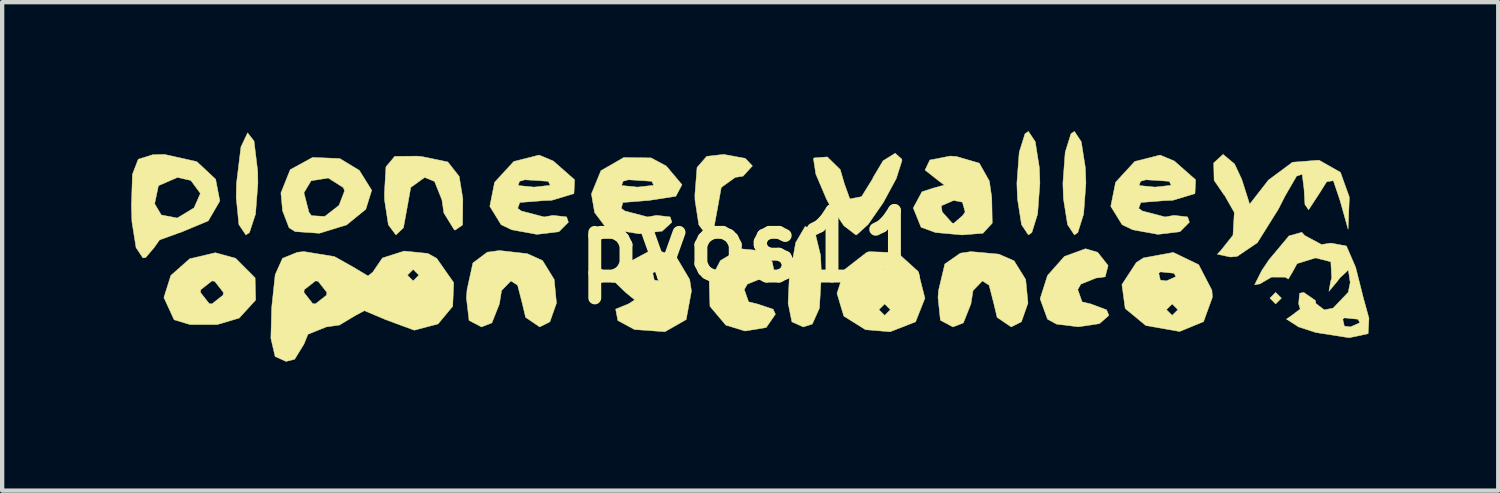
<source format=kicad_pcb>
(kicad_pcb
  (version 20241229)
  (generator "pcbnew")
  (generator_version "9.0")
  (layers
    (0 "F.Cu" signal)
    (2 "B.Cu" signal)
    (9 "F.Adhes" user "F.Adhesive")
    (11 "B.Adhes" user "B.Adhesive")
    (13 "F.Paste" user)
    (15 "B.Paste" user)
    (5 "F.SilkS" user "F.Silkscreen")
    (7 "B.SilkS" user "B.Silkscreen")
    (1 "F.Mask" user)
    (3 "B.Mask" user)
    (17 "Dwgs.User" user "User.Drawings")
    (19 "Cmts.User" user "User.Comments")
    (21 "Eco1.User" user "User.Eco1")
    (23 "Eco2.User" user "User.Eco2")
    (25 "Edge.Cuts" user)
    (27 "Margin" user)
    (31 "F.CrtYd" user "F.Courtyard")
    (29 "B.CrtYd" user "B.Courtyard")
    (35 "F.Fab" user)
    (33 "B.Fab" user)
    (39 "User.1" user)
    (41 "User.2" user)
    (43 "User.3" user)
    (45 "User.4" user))
  (footprint "pvos11"
    (layer "F.Cu")
    (at 14.443 2.679)
    (property "Reference" "pvos11" (at 0 0 0) (layer "F.SilkS") (effects (font (size 1.524 1.524) (thickness 0.3))))
    (attr through_hole)
    (fp_poly (pts (xy 12.299 1.203) (xy 12.165 1.337) (xy 12.032 1.203) (xy 12.165 1.069) (xy 12.299 1.203)) (stroke (width 0.01) (type solid)) (fill yes) (layer "F.SilkS"))
    (fp_poly (pts (xy -11.587 -2.45) (xy -11.501 -1.743) (xy -11.497 -1.471) (xy -11.552 -0.753) (xy -11.693 -0.323) (xy -11.777 -0.267) (xy -11.939 -0.509) (xy -12.002 -1.145) (xy -11.994 -1.471) (xy -11.891 -2.314) (xy -11.736 -2.64) (xy -11.587 -2.45)) (stroke (width 0.01) (type solid)) (fill yes) (layer "F.SilkS"))
    (fp_poly (pts (xy 1.445 -0.369) (xy 1.586 0.214) (xy 1.604 0.646) (xy 1.558 1.436) (xy 1.393 1.805) (xy 1.183 1.872) (xy 0.918 1.754) (xy 0.83 1.32) (xy 0.856 0.755) (xy 1.006 -0.087) (xy 1.227 -0.465) (xy 1.445 -0.369)) (stroke (width 0.01) (type solid)) (fill yes) (layer "F.SilkS"))
    (fp_poly (pts (xy 6.576 -2.435) (xy 6.672 -1.83) (xy 6.684 -1.471) (xy 6.631 -0.753) (xy 6.497 -0.323) (xy 6.417 -0.267) (xy 6.257 -0.506) (xy 6.162 -1.111) (xy 6.149 -1.471) (xy 6.203 -2.188) (xy 6.337 -2.618) (xy 6.417 -2.674) (xy 6.576 -2.435)) (stroke (width 0.01) (type solid)) (fill yes) (layer "F.SilkS"))
    (fp_poly (pts (xy 7.646 -2.435) (xy 7.741 -1.83) (xy 7.754 -1.471) (xy 7.701 -0.753) (xy 7.566 -0.323) (xy 7.486 -0.267) (xy 7.327 -0.506) (xy 7.231 -1.111) (xy 7.219 -1.471) (xy 7.272 -2.188) (xy 7.406 -2.618) (xy 7.486 -2.674) (xy 7.646 -2.435)) (stroke (width 0.01) (type solid)) (fill yes) (layer "F.SilkS"))
    (fp_poly (pts (xy -0.166 -2.047) (xy 0 -1.872) (xy -0.217 -1.634) (xy -0.401 -1.604) (xy -0.724 -1.372) (xy -0.802 -0.936) (xy -0.894 -0.433) (xy -1.069 -0.267) (xy -1.246 -0.502) (xy -1.335 -1.08) (xy -1.337 -1.203) (xy -1.287 -1.836) (xy -1.062 -2.095) (xy -0.668 -2.139) (xy -0.166 -2.047)) (stroke (width 0.01) (type solid)) (fill yes) (layer "F.SilkS"))
    (fp_poly (pts (xy 0.13 0.095) (xy 0.458 0.353) (xy 0.518 0.639) (xy 0.276 0.743) (xy 0.234 0.735) (xy -0.118 0.877) (xy -0.189 1.003) (xy -0.089 1.289) (xy 0.111 1.337) (xy 0.481 1.46) (xy 0.535 1.576) (xy 0.321 1.886) (xy -0.171 1.967) (xy -0.618 1.83) (xy -0.987 1.393) (xy -1.004 0.834) (xy -0.744 0.329) (xy -0.283 0.054) (xy 0.13 0.095)) (stroke (width 0.01) (type solid)) (fill yes) (layer "F.SilkS"))
    (fp_poly (pts (xy 8.027 0.137) (xy 8.27 0.445) (xy 8.202 0.707) (xy 7.988 0.735) (xy 7.636 0.877) (xy 7.564 1.003) (xy 7.665 1.289) (xy 7.865 1.337) (xy 8.235 1.475) (xy 8.288 1.604) (xy 8.069 1.796) (xy 7.578 1.869) (xy 7.072 1.807) (xy 6.862 1.693) (xy 6.689 1.218) (xy 6.861 0.676) (xy 7.254 0.233) (xy 7.745 0.054) (xy 8.027 0.137)) (stroke (width 0.01) (type solid)) (fill yes) (layer "F.SilkS"))
    (fp_poly (pts (xy -5.233 0.169) (xy -4.879 0.329) (xy -4.608 0.769) (xy -4.555 1.318) (xy -4.709 1.754) (xy -4.946 1.872) (xy -5.273 1.649) (xy -5.347 1.337) (xy -5.459 0.902) (xy -5.615 0.802) (xy -5.832 1.026) (xy -5.882 1.337) (xy -6.057 1.778) (xy -6.3 1.872) (xy -6.588 1.72) (xy -6.649 1.196) (xy -6.634 1.003) (xy -6.498 0.384) (xy -6.164 0.134) (xy -5.882 0.096) (xy -5.233 0.169)) (stroke (width 0.01) (type solid)) (fill yes) (layer "F.SilkS"))
    (fp_poly (pts (xy 5.727 0.179) (xy 6.083 0.334) (xy 6.354 0.77) (xy 6.407 1.317) (xy 6.254 1.753) (xy 6.016 1.872) (xy 5.689 1.649) (xy 5.615 1.337) (xy 5.503 0.902) (xy 5.347 0.802) (xy 5.13 1.026) (xy 5.08 1.337) (xy 4.905 1.778) (xy 4.662 1.872) (xy 4.371 1.717) (xy 4.315 1.185) (xy 4.328 1.023) (xy 4.474 0.408) (xy 4.835 0.157) (xy 5.08 0.121) (xy 5.727 0.179)) (stroke (width 0.01) (type solid)) (fill yes) (layer "F.SilkS"))
    (fp_poly (pts (xy -7.687 -2.089) (xy -7.082 -1.964) (xy -6.817 -1.627) (xy -6.732 -1.109) (xy -6.738 -0.499) (xy -6.913 -0.378) (xy -6.933 -0.389) (xy -7.173 -0.777) (xy -7.219 -1.085) (xy -7.39 -1.51) (xy -7.62 -1.604) (xy -7.943 -1.372) (xy -8.021 -0.936) (xy -8.113 -0.433) (xy -8.288 -0.267) (xy -8.464 -0.503) (xy -8.553 -1.083) (xy -8.556 -1.22) (xy -8.52 -1.85) (xy -8.316 -2.094) (xy -7.794 -2.099) (xy -7.687 -2.089)) (stroke (width 0.01) (type solid)) (fill yes) (layer "F.SilkS"))
    (fp_poly (pts (xy -12.015 0.276) (xy -11.562 0.73) (xy -11.549 1.247) (xy -11.932 1.666) (xy -12.442 1.817) (xy -13.076 1.817) (xy -13.445 1.706) (xy -13.683 1.189) (xy -13.645 1.069) (xy -12.834 1.069) (xy -12.63 1.329) (xy -12.566 1.337) (xy -12.307 1.133) (xy -12.299 1.069) (xy -12.502 0.81) (xy -12.566 0.802) (xy -12.826 1.006) (xy -12.834 1.069) (xy -13.645 1.069) (xy -13.521 0.675) (xy -13.082 0.287) (xy -12.487 0.147) (xy -12.015 0.276)) (stroke (width 0.01) (type solid)) (fill yes) (layer "F.SilkS"))
    (fp_poly (pts (xy 3.474 -2.029) (xy 3.476 -1.992) (xy 3.346 -1.58) (xy 3.042 -1.018) (xy 2.691 -0.512) (xy 2.422 -0.269) (xy 2.406 -0.267) (xy 2.126 -0.482) (xy 1.772 -1.007) (xy 1.725 -1.094) (xy 1.475 -1.68) (xy 1.42 -2.036) (xy 1.433 -2.057) (xy 1.741 -2.081) (xy 2.042 -1.787) (xy 2.139 -1.455) (xy 2.265 -1.104) (xy 2.538 -1.157) (xy 2.798 -1.577) (xy 2.807 -1.604) (xy 3.037 -1.99) (xy 3.319 -2.166) (xy 3.474 -2.029)) (stroke (width 0.01) (type solid)) (fill yes) (layer "F.SilkS"))
    (fp_poly (pts (xy -9.593 -2.043) (xy -9.139 -1.768) (xy -8.851 -1.305) (xy -8.988 -0.864) (xy -9.435 -0.5) (xy -10.068 -0.306) (xy -10.629 -0.344) (xy -10.772 -0.433) (xy -10.923 -0.827) (xy -10.962 -1.243) (xy -10.96 -1.248) (xy -10.427 -1.248) (xy -10.31 -0.795) (xy -10.251 -0.715) (xy -9.943 -0.697) (xy -9.611 -0.955) (xy -9.482 -1.291) (xy -9.51 -1.367) (xy -9.862 -1.591) (xy -10.26 -1.526) (xy -10.427 -1.248) (xy -10.96 -1.248) (xy -10.746 -1.784) (xy -10.226 -2.069) (xy -9.593 -2.043)) (stroke (width 0.01) (type solid)) (fill yes) (layer "F.SilkS"))
    (fp_poly (pts (xy -1.787 0.216) (xy -1.458 0.77) (xy -1.417 1.039) (xy -1.54 1.701) (xy -2.034 1.983) (xy -2.741 1.933) (xy -3.129 1.723) (xy -3.179 1.458) (xy -2.874 1.333) (xy -2.736 1.242) (xy -2.941 1.075) (xy -3.196 0.831) (xy -3.093 0.624) (xy -2.317 0.624) (xy -2.28 0.783) (xy -2.139 0.802) (xy -1.919 0.704) (xy -1.961 0.624) (xy -2.278 0.592) (xy -2.317 0.624) (xy -3.093 0.624) (xy -3.047 0.533) (xy -2.904 0.383) (xy -2.316 0.066) (xy -1.787 0.216)) (stroke (width 0.01) (type solid)) (fill yes) (layer "F.SilkS"))
    (fp_poly (pts (xy 3.371 0.146) (xy 3.852 0.581) (xy 4.011 1.205) (xy 3.794 1.753) (xy 3.203 1.984) (xy 2.63 1.937) (xy 2.126 1.621) (xy 2.08 1.471) (xy 2.941 1.471) (xy 3.075 1.604) (xy 3.208 1.471) (xy 3.075 1.337) (xy 2.941 1.471) (xy 2.08 1.471) (xy 1.967 1.092) (xy 2.103 0.668) (xy 2.941 0.668) (xy 3.075 0.802) (xy 3.208 0.668) (xy 3.075 0.535) (xy 2.941 0.668) (xy 2.103 0.668) (xy 2.145 0.537) (xy 2.653 0.142) (xy 2.711 0.122) (xy 3.371 0.146)) (stroke (width 0.01) (type solid)) (fill yes) (layer "F.SilkS"))
    (fp_poly (pts (xy 10.375 0.424) (xy 10.683 1.019) (xy 10.695 1.181) (xy 10.489 1.749) (xy 9.932 1.978) (xy 9.147 1.84) (xy 8.7 1.471) (xy 9.625 1.471) (xy 9.759 1.604) (xy 9.893 1.471) (xy 9.759 1.337) (xy 9.625 1.471) (xy 8.7 1.471) (xy 8.667 1.443) (xy 8.591 0.887) (xy 8.763 0.624) (xy 9.447 0.624) (xy 9.484 0.783) (xy 9.625 0.802) (xy 9.845 0.704) (xy 9.804 0.624) (xy 9.486 0.592) (xy 9.447 0.624) (xy 8.763 0.624) (xy 8.926 0.374) (xy 9.091 0.267) (xy 9.785 0.14) (xy 10.375 0.424)) (stroke (width 0.01) (type solid)) (fill yes) (layer "F.SilkS"))
    (fp_poly (pts (xy -12.917 -1.971) (xy -12.48 -1.563) (xy -12.382 -1.057) (xy -12.651 -0.594) (xy -13.314 -0.318) (xy -13.329 -0.316) (xy -13.785 -0.15) (xy -13.903 0.019) (xy -14.107 0.26) (xy -14.171 0.267) (xy -14.33 0.028) (xy -14.426 -0.576) (xy -14.438 -0.936) (xy -14.436 -0.992) (xy -13.898 -0.992) (xy -13.743 -0.731) (xy -13.372 -0.66) (xy -12.982 -0.896) (xy -12.834 -1.232) (xy -13.056 -1.534) (xy -13.368 -1.604) (xy -13.809 -1.412) (xy -13.898 -0.992) (xy -14.436 -0.992) (xy -14.414 -1.676) (xy -14.279 -2.027) (xy -13.942 -2.132) (xy -13.669 -2.139) (xy -12.917 -1.971)) (stroke (width 0.01) (type solid)) (fill yes) (layer "F.SilkS"))
    (fp_poly (pts (xy 4.746 -2.09) (xy 5.275 -1.935) (xy 5.509 -1.52) (xy 5.565 -1.136) (xy 5.576 -0.541) (xy 5.36 -0.306) (xy 4.874 -0.267) (xy 4.256 -0.323) (xy 3.921 -0.446) (xy 3.74 -0.893) (xy 3.767 -0.944) (xy 4.39 -0.944) (xy 4.412 -0.802) (xy 4.64 -0.547) (xy 4.679 -0.535) (xy 4.892 -0.721) (xy 4.946 -0.802) (xy 4.883 -1.029) (xy 4.679 -1.069) (xy 4.39 -0.944) (xy 3.767 -0.944) (xy 3.942 -1.27) (xy 4.211 -1.358) (xy 4.464 -1.426) (xy 4.345 -1.514) (xy 4.013 -1.775) (xy 4.126 -2.009) (xy 4.603 -2.101) (xy 4.746 -2.09)) (stroke (width 0.01) (type solid)) (fill yes) (layer "F.SilkS"))
    (fp_poly (pts (xy -4.628 -1.985) (xy -4.133 -1.549) (xy -4.149 -1.228) (xy -4.665 -1.072) (xy -4.857 -1.065) (xy -5.408 -1.021) (xy -5.457 -0.886) (xy -5.372 -0.823) (xy -4.841 -0.685) (xy -4.636 -0.722) (xy -4.32 -0.686) (xy -4.278 -0.563) (xy -4.498 -0.342) (xy -5.01 -0.28) (xy -5.593 -0.386) (xy -5.842 -0.504) (xy -6.105 -0.932) (xy -6.009 -1.416) (xy -5.448 -1.416) (xy -5.08 -1.379) (xy -4.7 -1.421) (xy -4.746 -1.514) (xy -5.293 -1.549) (xy -5.414 -1.514) (xy -5.448 -1.416) (xy -6.009 -1.416) (xy -5.994 -1.491) (xy -5.548 -1.975) (xy -5.548 -1.975) (xy -4.96 -2.124) (xy -4.628 -1.985)) (stroke (width 0.01) (type solid)) (fill yes) (layer "F.SilkS"))
    (fp_poly (pts (xy -2.356 -2.058) (xy -2.002 -1.869) (xy -1.637 -1.435) (xy -1.78 -1.166) (xy -2.427 -1.066) (xy -2.473 -1.065) (xy -3.012 -1.021) (xy -3.049 -0.885) (xy -2.965 -0.823) (xy -2.434 -0.685) (xy -2.23 -0.722) (xy -1.913 -0.686) (xy -1.872 -0.563) (xy -2.096 -0.356) (xy -2.628 -0.293) (xy -3.258 -0.391) (xy -3.409 -0.444) (xy -3.668 -0.787) (xy -3.743 -1.22) (xy -3.663 -1.416) (xy -3.041 -1.416) (xy -2.674 -1.379) (xy -2.294 -1.421) (xy -2.339 -1.514) (xy -2.887 -1.549) (xy -3.008 -1.514) (xy -3.041 -1.416) (xy -3.663 -1.416) (xy -3.522 -1.761) (xy -2.992 -2.066) (xy -2.356 -2.058)) (stroke (width 0.01) (type solid)) (fill yes) (layer "F.SilkS"))
    (fp_poly (pts (xy 9.81 -1.985) (xy 10.305 -1.549) (xy 10.289 -1.228) (xy 9.773 -1.072) (xy 9.581 -1.065) (xy 9.03 -1.021) (xy 8.981 -0.886) (xy 9.066 -0.823) (xy 9.597 -0.685) (xy 9.802 -0.722) (xy 10.118 -0.686) (xy 10.16 -0.563) (xy 9.94 -0.342) (xy 9.428 -0.28) (xy 8.845 -0.386) (xy 8.596 -0.504) (xy 8.332 -0.932) (xy 8.429 -1.416) (xy 8.99 -1.416) (xy 9.358 -1.379) (xy 9.737 -1.421) (xy 9.692 -1.514) (xy 9.145 -1.549) (xy 9.024 -1.514) (xy 8.99 -1.416) (xy 8.429 -1.416) (xy 8.444 -1.491) (xy 8.889 -1.975) (xy 8.89 -1.975) (xy 9.478 -2.124) (xy 9.81 -1.985)) (stroke (width 0.01) (type solid)) (fill yes) (layer "F.SilkS"))
    (fp_poly (pts (xy 11.21 -1.917) (xy 11.377 -1.56) (xy 11.561 -0.981) (xy 11.997 -1.542) (xy 12.558 -1.958) (xy 13.174 -2.005) (xy 13.671 -1.723) (xy 13.877 -1.151) (xy 13.877 -1.105) (xy 13.85 -0.401) (xy 13.662 -1.069) (xy 13.507 -1.528) (xy 13.352 -1.504) (xy 13.162 -1.203) (xy 12.931 -0.852) (xy 12.846 -0.975) (xy 12.825 -1.337) (xy 12.782 -1.677) (xy 12.653 -1.636) (xy 12.382 -1.169) (xy 12.23 -0.869) (xy 11.74 -0.086) (xy 11.27 0.232) (xy 11.11 0.246) (xy 10.809 0.181) (xy 10.895 0.09) (xy 11.173 -0.26) (xy 11.204 -0.79) (xy 10.973 -1.196) (xy 10.962 -1.203) (xy 10.734 -1.537) (xy 10.725 -1.941) (xy 10.942 -2.139) (xy 10.944 -2.139) (xy 11.21 -1.917)) (stroke (width 0.01) (type solid)) (fill yes) (layer "F.SilkS"))
    (fp_poly (pts (xy -7.547 0.163) (xy -7.34 0.278) (xy -6.944 0.843) (xy -6.968 1.393) (xy -7.309 1.803) (xy -7.862 1.948) (xy -8.521 1.705) (xy -9.021 1.494) (xy -9.222 1.601) (xy -9.601 1.828) (xy -9.908 1.872) (xy -10.333 2.043) (xy -10.427 2.273) (xy -10.643 2.624) (xy -10.843 2.674) (xy -11.097 2.559) (xy -11.195 2.137) (xy -11.177 1.425) (xy -11.139 1.069) (xy -10.427 1.069) (xy -10.224 1.329) (xy -10.16 1.337) (xy -9.9 1.133) (xy -9.893 1.069) (xy -10.096 0.81) (xy -10.16 0.802) (xy -10.42 1.006) (xy -10.427 1.069) (xy -11.139 1.069) (xy -11.095 0.656) (xy -10.924 0.276) (xy -10.58 0.137) (xy -10.427 0.12) (xy -9.717 0.236) (xy -9.291 0.475) (xy -8.935 0.688) (xy -8.912 0.668) (xy -8.021 0.668) (xy -7.887 0.802) (xy -7.754 0.668) (xy -7.887 0.535) (xy -8.021 0.668) (xy -8.912 0.668) (xy -8.823 0.594) (xy -8.602 0.269) (xy -8.097 0.108) (xy -7.547 0.163)) (stroke (width 0.01) (type solid)) (fill yes) (layer "F.SilkS"))
    (fp_poly (pts (xy 12.842 -0.253) (xy 13.231 -0.044) (xy 13.451 -0.077) (xy 13.81 -0.01) (xy 14.025 0.486) (xy 14.207 1.208) (xy 14.335 1.671) (xy 14.315 2.029) (xy 13.885 2.121) (xy 13.854 2.12) (xy 13.101 2.002) (xy 12.7 1.872) (xy 12.421 1.693) (xy 13.725 1.693) (xy 13.762 1.852) (xy 13.903 1.872) (xy 14.123 1.774) (xy 14.081 1.693) (xy 13.764 1.661) (xy 13.725 1.693) (xy 12.421 1.693) (xy 12.417 1.69) (xy 12.515 1.623) (xy 12.737 1.456) (xy 12.7 1.337) (xy 12.721 1.09) (xy 12.818 1.069) (xy 13.09 1.258) (xy 13.101 1.328) (xy 13.297 1.476) (xy 13.502 1.434) (xy 13.853 1.066) (xy 13.899 0.84) (xy 13.855 0.548) (xy 13.659 0.73) (xy 13.606 0.802) (xy 13.404 1.044) (xy 13.444 0.814) (xy 13.468 0.735) (xy 13.448 0.357) (xy 13.093 0.267) (xy 12.663 0.4) (xy 12.566 0.579) (xy 12.459 0.759) (xy 12.39 0.715) (xy 12.07 0.713) (xy 11.799 0.871) (xy 11.676 0.892) (xy 11.842 0.562) (xy 12.011 0.31) (xy 12.476 -0.245) (xy 12.773 -0.328) (xy 12.842 -0.253)) (stroke (width 0.01) (type solid)) (fill yes) (layer "F.SilkS")))
  (gr_rect
    (start -3 -3)
    (end 31.783 8.357)
    (stroke (width 0.1) (type default))
    (fill no)
    (layer "Edge.Cuts")))
</source>
